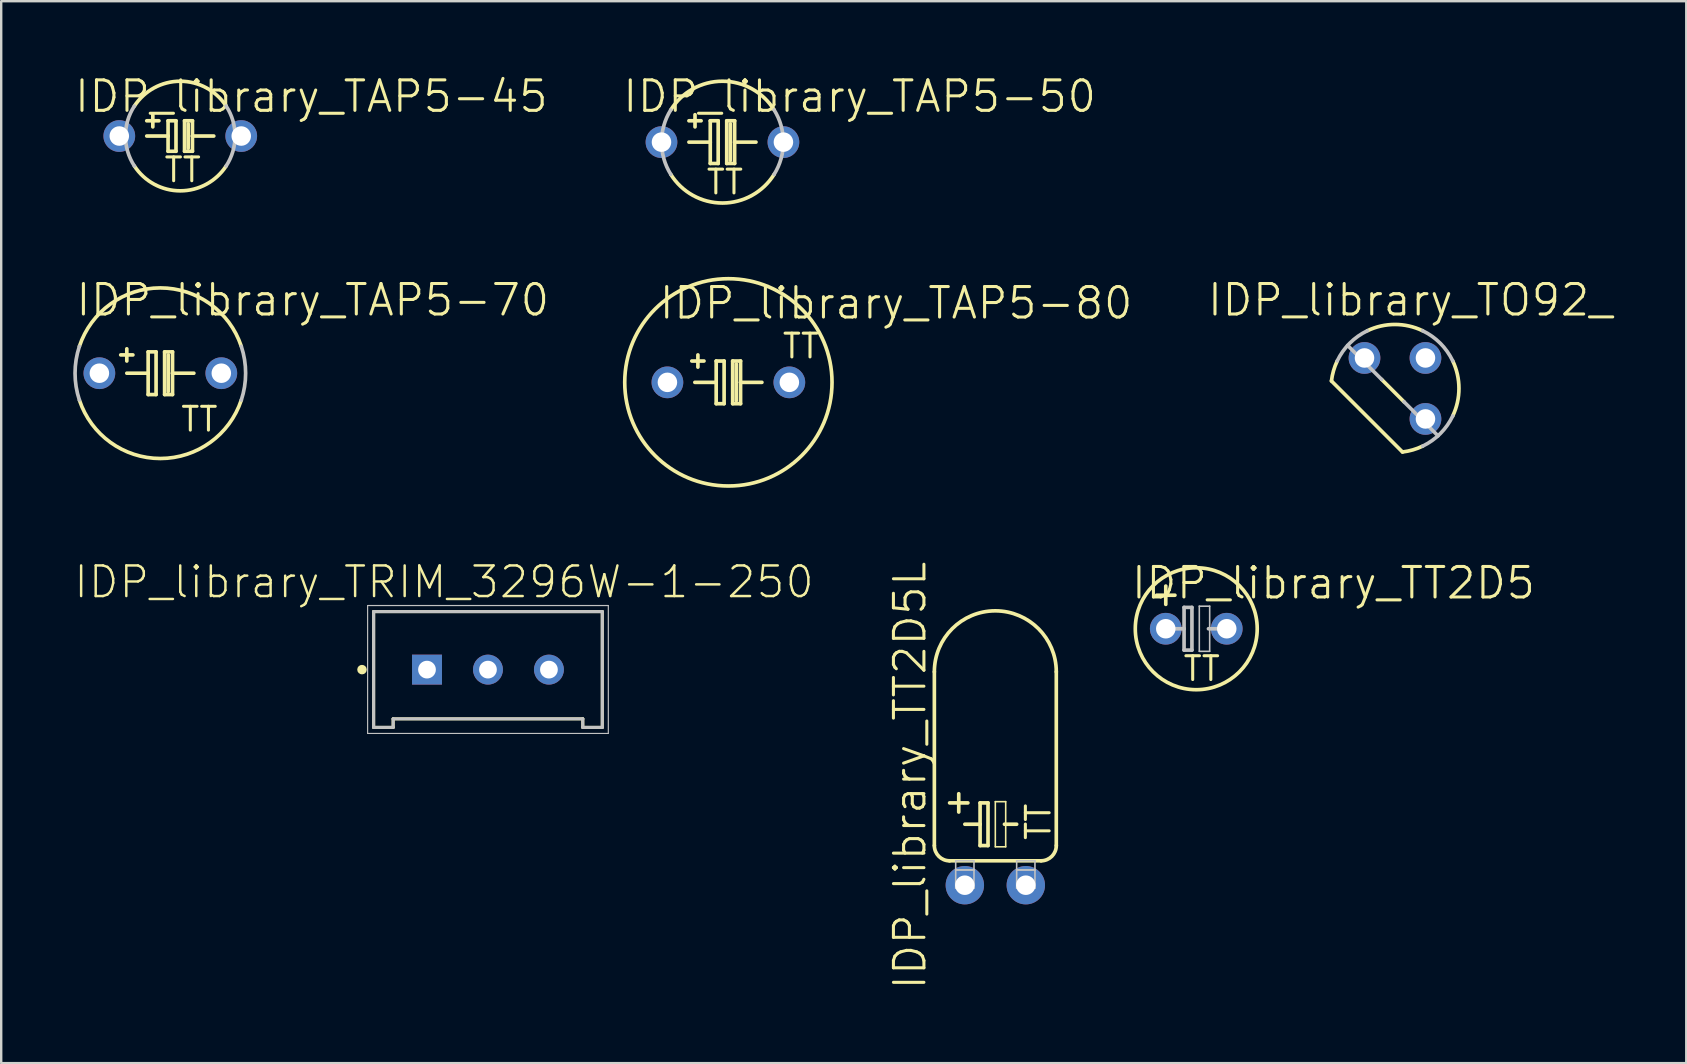
<source format=kicad_pcb>
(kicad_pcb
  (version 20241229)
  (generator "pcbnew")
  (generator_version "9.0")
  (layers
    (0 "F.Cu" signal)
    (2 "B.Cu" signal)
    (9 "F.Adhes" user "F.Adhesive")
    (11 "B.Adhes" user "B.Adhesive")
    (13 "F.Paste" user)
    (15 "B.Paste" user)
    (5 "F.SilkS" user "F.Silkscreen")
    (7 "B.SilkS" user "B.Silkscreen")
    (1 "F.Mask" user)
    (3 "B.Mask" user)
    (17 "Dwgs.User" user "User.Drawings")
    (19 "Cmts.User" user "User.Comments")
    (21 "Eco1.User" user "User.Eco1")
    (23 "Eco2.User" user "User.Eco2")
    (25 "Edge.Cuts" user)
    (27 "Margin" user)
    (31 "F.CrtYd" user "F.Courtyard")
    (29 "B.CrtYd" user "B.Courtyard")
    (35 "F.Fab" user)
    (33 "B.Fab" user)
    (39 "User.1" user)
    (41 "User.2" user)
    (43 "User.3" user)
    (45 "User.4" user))
  (footprint "IDP_library_TAP5-70"
    (layer "F.Cu")
    (at 3.63 12.498)
    (property "Reference" "IDP_library_TAP5-70" (at 6.35 -3.048 0) (layer "F.SilkS") (effects (font (size 1.27 1.27) (thickness 0.127))))
    (attr exclude_from_pos_files exclude_from_bom)
    (fp_line (start -1.397 -0.508) (end -1.397 -1.016) (stroke (width 0.152) (type solid)) (layer "F.SilkS"))
    (fp_line (start -1.397 0) (end -0.508 0) (stroke (width 0.152) (type solid)) (layer "F.SilkS"))
    (fp_line (start -1.143 -0.762) (end -1.651 -0.762) (stroke (width 0.152) (type solid)) (layer "F.SilkS"))
    (fp_line (start -0.508 -0.889) (end -0.508 0) (stroke (width 0.152) (type solid)) (layer "F.SilkS"))
    (fp_line (start -0.508 0) (end -0.508 0.889) (stroke (width 0.152) (type solid)) (layer "F.SilkS"))
    (fp_line (start -0.508 0.889) (end -0.178 0.889) (stroke (width 0.152) (type solid)) (layer "F.SilkS"))
    (fp_line (start -0.178 -0.889) (end -0.508 -0.889) (stroke (width 0.152) (type solid)) (layer "F.SilkS"))
    (fp_line (start -0.178 0.889) (end -0.178 -0.889) (stroke (width 0.152) (type solid)) (layer "F.SilkS"))
    (fp_line (start 0.178 -0.889) (end 0.178 0.889) (stroke (width 0.152) (type solid)) (layer "F.SilkS"))
    (fp_line (start 0.178 0.889) (end 0.508 0.889) (stroke (width 0.152) (type solid)) (layer "F.SilkS"))
    (fp_line (start 0.33 0.762) (end 0.33 -0.762) (stroke (width 0.152) (type solid)) (layer "F.SilkS"))
    (fp_line (start 0.508 -0.889) (end 0.178 -0.889) (stroke (width 0.152) (type solid)) (layer "F.SilkS"))
    (fp_line (start 0.508 0) (end 0.508 -0.889) (stroke (width 0.152) (type solid)) (layer "F.SilkS"))
    (fp_line (start 0.508 0) (end 1.397 0) (stroke (width 0.152) (type solid)) (layer "F.SilkS"))
    (fp_line (start 0.508 0.889) (end 0.508 0) (stroke (width 0.152) (type solid)) (layer "F.SilkS"))
    (fp_arc (start -3.37312 -1.1176) (mid -0.004258 -3.553442) (end 3.370432 -1.125681) (stroke (width 0.1524) (type solid)) (layer "F.SilkS"))
    (fp_arc (start 3.37312 1.1176) (mid 0.004258 3.553442) (end -3.370432 1.125681) (stroke (width 0.1524) (type solid)) (layer "F.SilkS"))
    (fp_arc (start -3.37312 1.1176) (mid -3.553444 -0.001157) (end -3.372391 -1.119797) (stroke (width 0.1524) (type solid)) (layer "Dwgs.User"))
    (fp_arc (start 3.37312 -1.1176) (mid 3.553444 0.001157) (end 3.372391 1.119797) (stroke (width 0.1524) (type solid)) (layer "Dwgs.User"))
    (fp_text user "TT" (at 1.626 1.918 0) (layer "F.SilkS") (effects (font (size 0.991 0.991) (thickness 0.127))))
    (pad "+" thru_hole circle (at -2.54 0) (size 1.321 1.321) (drill 0.813) (layers "*.Cu" "*.Paste" "*.Mask"))
    (pad "-" thru_hole circle (at 2.54 0) (size 1.321 1.321) (drill 0.813) (layers "*.Cu" "*.Paste" "*.Mask")))
  (footprint "IDP_library_TRIM_3296W-1-250"
    (layer "F.Cu")
    (at 17.279 24.847)
    (property "Reference" "IDP_library_TRIM_3296W-1-250" (at -1.831 -3.65 0) (layer "F.SilkS") (effects (font (size 1.275 1.275) (thickness 0.102))))
    (attr exclude_from_pos_files exclude_from_bom)
    (fp_line (start -4.763 -2.418) (end 4.763 -2.418) (stroke (width 0.127) (type solid)) (layer "F.SilkS"))
    (fp_line (start -4.763 2.408) (end -4.763 -2.418) (stroke (width 0.127) (type solid)) (layer "F.SilkS"))
    (fp_line (start -3.95 2.05) (end -3.95 2.408) (stroke (width 0.127) (type solid)) (layer "F.SilkS"))
    (fp_line (start -3.95 2.408) (end -4.763 2.408) (stroke (width 0.127) (type solid)) (layer "F.SilkS"))
    (fp_line (start 3.95 2.05) (end -3.95 2.05) (stroke (width 0.127) (type solid)) (layer "F.SilkS"))
    (fp_line (start 3.95 2.408) (end 3.95 2.05) (stroke (width 0.127) (type solid)) (layer "F.SilkS"))
    (fp_line (start 4.763 -2.418) (end 4.763 2.408) (stroke (width 0.127) (type solid)) (layer "F.SilkS"))
    (fp_line (start 4.763 2.408) (end 3.95 2.408) (stroke (width 0.127) (type solid)) (layer "F.SilkS"))
    (fp_circle (center -5.248 0) (end -5.248 -0.099) (stroke (width 0.198) (type solid)) (fill no) (layer "F.SilkS"))
    (fp_line (start -5.014 -2.67) (end 5.014 -2.67) (stroke (width 0.048) (type solid)) (layer "Dwgs.User"))
    (fp_line (start -5.014 2.659) (end -5.014 -2.67) (stroke (width 0.048) (type solid)) (layer "Dwgs.User"))
    (fp_line (start -4.763 -2.418) (end 4.763 -2.418) (stroke (width 0.127) (type solid)) (layer "Dwgs.User"))
    (fp_line (start -4.763 2.408) (end -4.763 -2.418) (stroke (width 0.127) (type solid)) (layer "Dwgs.User"))
    (fp_line (start -3.95 2.05) (end -3.95 2.408) (stroke (width 0.127) (type solid)) (layer "Dwgs.User"))
    (fp_line (start -3.95 2.408) (end -4.763 2.408) (stroke (width 0.127) (type solid)) (layer "Dwgs.User"))
    (fp_line (start 3.95 2.05) (end -3.95 2.05) (stroke (width 0.127) (type solid)) (layer "Dwgs.User"))
    (fp_line (start 3.95 2.408) (end 3.95 2.05) (stroke (width 0.127) (type solid)) (layer "Dwgs.User"))
    (fp_line (start 4.763 -2.418) (end 4.763 2.408) (stroke (width 0.127) (type solid)) (layer "Dwgs.User"))
    (fp_line (start 4.763 2.408) (end 3.95 2.408) (stroke (width 0.127) (type solid)) (layer "Dwgs.User"))
    (fp_line (start 5.014 -2.67) (end 5.014 2.659) (stroke (width 0.048) (type solid)) (layer "Dwgs.User"))
    (fp_line (start 5.014 2.659) (end -5.014 2.659) (stroke (width 0.048) (type solid)) (layer "Dwgs.User"))
    (pad "1" thru_hole rect (at -2.54 0) (size 1.247 1.247) (drill 0.739) (layers "*.Cu" "*.Paste" "*.Mask"))
    (pad "2" thru_hole circle (at 0 0) (size 1.247 1.247) (drill 0.739) (layers "*.Cu" "*.Paste" "*.Mask"))
    (pad "3" thru_hole circle (at 2.54 0) (size 1.247 1.247) (drill 0.739) (layers "*.Cu" "*.Paste" "*.Mask")))
  (footprint "IDP_library_TT2D5L"
    (layer "F.Cu")
    (at 37.146 33.828)
    (property "Reference" "IDP_library_TT2D5L" (at -2.286 -4.572 90) (layer "F.SilkS") (effects (font (size 1.27 1.27) (thickness 0.127))))
    (attr exclude_from_pos_files exclude_from_bom)
    (fp_line (start -1.27 -8.89) (end -1.27 -1.651) (stroke (width 0.152) (type solid)) (layer "F.SilkS"))
    (fp_line (start -0.635 -3.429) (end 0.127 -3.429) (stroke (width 0.152) (type solid)) (layer "F.SilkS"))
    (fp_line (start -0.635 -1.016) (end 3.175 -1.016) (stroke (width 0.152) (type solid)) (layer "F.SilkS"))
    (fp_line (start -0.254 -3.81) (end -0.254 -3.048) (stroke (width 0.152) (type solid)) (layer "F.SilkS"))
    (fp_line (start 0 -2.54) (end 0.635 -2.54) (stroke (width 0.152) (type solid)) (layer "F.SilkS"))
    (fp_line (start 0.635 -3.429) (end 0.635 -2.54) (stroke (width 0.152) (type solid)) (layer "F.SilkS"))
    (fp_line (start 0.635 -2.54) (end 0.635 -1.651) (stroke (width 0.152) (type solid)) (layer "F.SilkS"))
    (fp_line (start 0.635 -1.651) (end 0.965 -1.651) (stroke (width 0.152) (type solid)) (layer "F.SilkS"))
    (fp_line (start 0.965 -3.429) (end 0.635 -3.429) (stroke (width 0.152) (type solid)) (layer "F.SilkS"))
    (fp_line (start 0.965 -1.651) (end 0.965 -3.429) (stroke (width 0.152) (type solid)) (layer "F.SilkS"))
    (fp_line (start 1.27 -3.48) (end 1.702 -3.48) (stroke (width 0.066) (type solid)) (layer "F.SilkS"))
    (fp_line (start 1.27 -1.6) (end 1.27 -3.48) (stroke (width 0.066) (type solid)) (layer "F.SilkS"))
    (fp_line (start 1.27 -1.6) (end 1.702 -1.6) (stroke (width 0.066) (type solid)) (layer "F.SilkS"))
    (fp_line (start 1.651 -2.54) (end 2.159 -2.54) (stroke (width 0.152) (type solid)) (layer "F.SilkS"))
    (fp_line (start 1.702 -1.6) (end 1.702 -3.48) (stroke (width 0.066) (type solid)) (layer "F.SilkS"))
    (fp_line (start 3.81 -8.89) (end 3.81 -1.651) (stroke (width 0.152) (type solid)) (layer "F.SilkS"))
    (fp_arc (start -1.27 -8.89) (mid 1.27 -11.43) (end 3.81 -8.89) (stroke (width 0.1524) (type solid)) (layer "F.SilkS"))
    (fp_arc (start -0.635 -1.016) (mid -1.084013 -1.201987) (end -1.27 -1.651) (stroke (width 0.1524) (type solid)) (layer "F.SilkS"))
    (fp_arc (start 3.81 -1.651) (mid 3.624013 -1.201987) (end 3.175 -1.016) (stroke (width 0.1524) (type solid)) (layer "F.SilkS"))
    (fp_line (start -0.381 -1.016) (end 0.381 -1.016) (stroke (width 0.066) (type solid)) (layer "Dwgs.User"))
    (fp_line (start -0.381 -0.635) (end -0.381 -1.016) (stroke (width 0.066) (type solid)) (layer "Dwgs.User"))
    (fp_line (start -0.381 -0.635) (end 0.381 -0.635) (stroke (width 0.066) (type solid)) (layer "Dwgs.User"))
    (fp_line (start -0.381 -0.635) (end 0.381 -0.635) (stroke (width 0.066) (type solid)) (layer "Dwgs.User"))
    (fp_line (start -0.381 0.127) (end -0.381 -0.635) (stroke (width 0.066) (type solid)) (layer "Dwgs.User"))
    (fp_line (start -0.381 0.127) (end 0.381 0.127) (stroke (width 0.066) (type solid)) (layer "Dwgs.User"))
    (fp_line (start 0.381 -0.635) (end 0.381 -1.016) (stroke (width 0.066) (type solid)) (layer "Dwgs.User"))
    (fp_line (start 0.381 0.127) (end 0.381 -0.635) (stroke (width 0.066) (type solid)) (layer "Dwgs.User"))
    (fp_line (start 2.159 -1.016) (end 2.921 -1.016) (stroke (width 0.066) (type solid)) (layer "Dwgs.User"))
    (fp_line (start 2.159 -0.635) (end 2.159 -1.016) (stroke (width 0.066) (type solid)) (layer "Dwgs.User"))
    (fp_line (start 2.159 -0.635) (end 2.921 -0.635) (stroke (width 0.066) (type solid)) (layer "Dwgs.User"))
    (fp_line (start 2.159 -0.635) (end 2.921 -0.635) (stroke (width 0.066) (type solid)) (layer "Dwgs.User"))
    (fp_line (start 2.159 0.127) (end 2.159 -0.635) (stroke (width 0.066) (type solid)) (layer "Dwgs.User"))
    (fp_line (start 2.159 0.127) (end 2.921 0.127) (stroke (width 0.066) (type solid)) (layer "Dwgs.User"))
    (fp_line (start 2.921 -0.635) (end 2.921 -1.016) (stroke (width 0.066) (type solid)) (layer "Dwgs.User"))
    (fp_line (start 2.921 0.127) (end 2.921 -0.635) (stroke (width 0.066) (type solid)) (layer "Dwgs.User"))
    (fp_text user "TT" (at 3.061 -2.642 90) (layer "F.SilkS") (effects (font (size 0.991 0.991) (thickness 0.127))))
    (pad "+" thru_hole circle (at 0 0) (size 1.6 1.6) (drill 0.813) (layers "*.Cu" "*.Paste" "*.Mask"))
    (pad "-" thru_hole circle (at 2.54 0) (size 1.6 1.6) (drill 0.813) (layers "*.Cu" "*.Paste" "*.Mask")))
  (footprint "IDP_library_TAP5-45"
    (layer "F.Cu")
    (at 4.46 2.617)
    (property "Reference" "IDP_library_TAP5-45" (at 5.461 -1.651 0) (layer "F.SilkS") (effects (font (size 1.27 1.27) (thickness 0.127))))
    (attr exclude_from_pos_files exclude_from_bom)
    (fp_line (start -1.397 0) (end -0.508 0) (stroke (width 0.152) (type solid)) (layer "F.SilkS"))
    (fp_line (start -1.143 -0.381) (end -1.143 -0.889) (stroke (width 0.152) (type solid)) (layer "F.SilkS"))
    (fp_line (start -0.889 -0.635) (end -1.397 -0.635) (stroke (width 0.152) (type solid)) (layer "F.SilkS"))
    (fp_line (start -0.508 -0.635) (end -0.508 0) (stroke (width 0.152) (type solid)) (layer "F.SilkS"))
    (fp_line (start -0.508 0) (end -0.508 0.635) (stroke (width 0.152) (type solid)) (layer "F.SilkS"))
    (fp_line (start -0.508 0.635) (end -0.178 0.635) (stroke (width 0.152) (type solid)) (layer "F.SilkS"))
    (fp_line (start -0.178 -0.635) (end -0.508 -0.635) (stroke (width 0.152) (type solid)) (layer "F.SilkS"))
    (fp_line (start -0.178 0.635) (end -0.178 -0.635) (stroke (width 0.152) (type solid)) (layer "F.SilkS"))
    (fp_line (start 0.178 -0.635) (end 0.178 0.635) (stroke (width 0.152) (type solid)) (layer "F.SilkS"))
    (fp_line (start 0.178 0.635) (end 0.508 0.635) (stroke (width 0.152) (type solid)) (layer "F.SilkS"))
    (fp_line (start 0.33 0.508) (end 0.33 -0.508) (stroke (width 0.152) (type solid)) (layer "F.SilkS"))
    (fp_line (start 0.508 -0.635) (end 0.178 -0.635) (stroke (width 0.152) (type solid)) (layer "F.SilkS"))
    (fp_line (start 0.508 0) (end 0.508 -0.635) (stroke (width 0.152) (type solid)) (layer "F.SilkS"))
    (fp_line (start 0.508 0) (end 1.397 0) (stroke (width 0.152) (type solid)) (layer "F.SilkS"))
    (fp_line (start 0.508 0.635) (end 0.508 0) (stroke (width 0.152) (type solid)) (layer "F.SilkS"))
    (fp_arc (start -1.91262 -1.24714) (mid -0.001725 -2.283303) (end 1.910733 -1.250029) (stroke (width 0.1524) (type solid)) (layer "F.SilkS"))
    (fp_arc (start 1.91262 1.24714) (mid 0.001725 2.283303) (end -1.910733 1.250029) (stroke (width 0.1524) (type solid)) (layer "F.SilkS"))
    (fp_arc (start -1.91262 1.24714) (mid -2.283303 0.000267) (end -1.912912 -1.246693) (stroke (width 0.1524) (type solid)) (layer "Dwgs.User"))
    (fp_arc (start 1.91262 -1.24714) (mid 2.283303 -0.000267) (end 1.912912 1.246693) (stroke (width 0.1524) (type solid)) (layer "Dwgs.User"))
    (fp_text user "TT" (at 0.102 1.41 0) (layer "F.SilkS") (effects (font (size 0.991 0.991) (thickness 0.127))))
    (pad "+" thru_hole circle (at -2.54 0) (size 1.321 1.321) (drill 0.813) (layers "*.Cu" "*.Paste" "*.Mask"))
    (pad "-" thru_hole circle (at 2.54 0) (size 1.321 1.321) (drill 0.813) (layers "*.Cu" "*.Paste" "*.Mask")))
  (footprint "IDP_library_TO92_"
    (layer "F.Cu")
    (at 55.066 13.133)
    (property "Reference" "IDP_library_TO92_" (at 0.635 -3.683 0) (layer "F.SilkS") (effects (font (size 1.27 1.27) (thickness 0.127))))
    (attr exclude_from_pos_files exclude_from_bom)
    (fp_line (start -2.647 -0.312) (end 0.312 2.647) (stroke (width 0.152) (type solid)) (layer "F.SilkS"))
    (fp_line (start -0.556 -0.376) (end 0.376 0.556) (stroke (width 0.152) (type solid)) (layer "F.SilkS"))
    (fp_arc (start -2.64668 -0.31242) (mid -2.56076 -0.738262) (end -2.406797 -1.144487) (stroke (width 0.1524) (type solid)) (layer "F.SilkS"))
    (fp_arc (start -1.14808 -2.40538) (mid -0.000697 -2.665322) (end 1.146821 -2.40598) (stroke (width 0.1524) (type solid)) (layer "F.SilkS"))
    (fp_arc (start 1.14808 2.40538) (mid 0.742037 2.559946) (end 0.316277 2.64649) (stroke (width 0.1524) (type solid)) (layer "F.SilkS"))
    (fp_arc (start 2.40538 -1.14808) (mid 2.665322 -0.000697) (end 2.40598 1.146821) (stroke (width 0.1524) (type solid)) (layer "F.SilkS"))
    (fp_line (start -1.974 -1.793) (end -0.556 -0.376) (stroke (width 0.152) (type solid)) (layer "Dwgs.User"))
    (fp_line (start 0.376 0.556) (end 1.793 1.974) (stroke (width 0.152) (type solid)) (layer "Dwgs.User"))
    (fp_arc (start -2.40538 -1.14808) (mid -1.885819 -1.883515) (end -1.151019 -2.403975) (stroke (width 0.1524) (type solid)) (layer "Dwgs.User"))
    (fp_arc (start 1.14808 -2.40538) (mid 1.883515 -1.885819) (end 2.403975 -1.151019) (stroke (width 0.1524) (type solid)) (layer "Dwgs.User"))
    (fp_arc (start 2.40538 1.14808) (mid 1.885819 1.883515) (end 1.151019 2.403975) (stroke (width 0.1524) (type solid)) (layer "Dwgs.User"))
    (pad "1" thru_hole circle (at 1.27 1.27) (size 1.321 1.321) (drill 0.813) (layers "*.Cu" "*.Paste" "*.Mask"))
    (pad "2" thru_hole circle (at 1.27 -1.27) (size 1.321 1.321) (drill 0.813) (layers "*.Cu" "*.Paste" "*.Mask"))
    (pad "3" thru_hole circle (at -1.27 -1.27) (size 1.321 1.321) (drill 0.813) (layers "*.Cu" "*.Paste" "*.Mask")))
  (footprint "IDP_library_TT2D5"
    (layer "F.Cu")
    (at 45.517 23.144)
    (property "Reference" "IDP_library_TT2D5" (at 6.985 -1.905 0) (layer "F.SilkS") (effects (font (size 1.27 1.27) (thickness 0.127))))
    (attr exclude_from_pos_files exclude_from_bom)
    (fp_line (start 0 -1.016) (end 0 -1.778) (stroke (width 0.152) (type solid)) (layer "F.SilkS"))
    (fp_line (start 0.381 -1.397) (end -0.381 -1.397) (stroke (width 0.152) (type solid)) (layer "F.SilkS"))
    (fp_circle (center 1.27 0) (end 1.27 -2.54) (stroke (width 0.152) (type solid)) (fill no) (layer "F.SilkS"))
    (fp_line (start 0.254 0) (end 0.762 0) (stroke (width 0.152) (type solid)) (layer "Dwgs.User"))
    (fp_line (start 0.762 -0.889) (end 0.762 0) (stroke (width 0.152) (type solid)) (layer "Dwgs.User"))
    (fp_line (start 0.762 0) (end 0.762 0.889) (stroke (width 0.152) (type solid)) (layer "Dwgs.User"))
    (fp_line (start 0.762 0.889) (end 1.09 0.889) (stroke (width 0.152) (type solid)) (layer "Dwgs.User"))
    (fp_line (start 1.09 -0.889) (end 0.762 -0.889) (stroke (width 0.152) (type solid)) (layer "Dwgs.User"))
    (fp_line (start 1.09 0.889) (end 1.09 -0.889) (stroke (width 0.152) (type solid)) (layer "Dwgs.User"))
    (fp_line (start 1.397 -0.94) (end 1.829 -0.94) (stroke (width 0.066) (type solid)) (layer "Dwgs.User"))
    (fp_line (start 1.397 0.94) (end 1.397 -0.94) (stroke (width 0.066) (type solid)) (layer "Dwgs.User"))
    (fp_line (start 1.397 0.94) (end 1.829 0.94) (stroke (width 0.066) (type solid)) (layer "Dwgs.User"))
    (fp_line (start 1.778 0) (end 2.286 0) (stroke (width 0.152) (type solid)) (layer "Dwgs.User"))
    (fp_line (start 1.829 0.94) (end 1.829 -0.94) (stroke (width 0.066) (type solid)) (layer "Dwgs.User"))
    (fp_text user "TT" (at 1.499 1.664 0) (layer "F.SilkS") (effects (font (size 0.991 0.991) (thickness 0.127))))
    (pad "+" thru_hole circle (at 0 0) (size 1.321 1.321) (drill 0.813) (layers "*.Cu" "*.Paste" "*.Mask"))
    (pad "-" thru_hole circle (at 2.54 0) (size 1.321 1.321) (drill 0.813) (layers "*.Cu" "*.Paste" "*.Mask")))
  (footprint "IDP_library_TAP5-50"
    (layer "F.Cu")
    (at 27.048 2.871)
    (property "Reference" "IDP_library_TAP5-50" (at 5.715 -1.905 0) (layer "F.SilkS") (effects (font (size 1.27 1.27) (thickness 0.127))))
    (attr exclude_from_pos_files exclude_from_bom)
    (fp_line (start -1.397 0) (end -0.508 0) (stroke (width 0.152) (type solid)) (layer "F.SilkS"))
    (fp_line (start -1.143 -0.635) (end -1.143 -1.143) (stroke (width 0.152) (type solid)) (layer "F.SilkS"))
    (fp_line (start -0.889 -0.889) (end -1.397 -0.889) (stroke (width 0.152) (type solid)) (layer "F.SilkS"))
    (fp_line (start -0.508 -0.889) (end -0.508 0) (stroke (width 0.152) (type solid)) (layer "F.SilkS"))
    (fp_line (start -0.508 0) (end -0.508 0.889) (stroke (width 0.152) (type solid)) (layer "F.SilkS"))
    (fp_line (start -0.508 0.889) (end -0.178 0.889) (stroke (width 0.152) (type solid)) (layer "F.SilkS"))
    (fp_line (start -0.178 -0.889) (end -0.508 -0.889) (stroke (width 0.152) (type solid)) (layer "F.SilkS"))
    (fp_line (start -0.178 0.889) (end -0.178 -0.889) (stroke (width 0.152) (type solid)) (layer "F.SilkS"))
    (fp_line (start 0.178 -0.889) (end 0.178 0.889) (stroke (width 0.152) (type solid)) (layer "F.SilkS"))
    (fp_line (start 0.178 0.889) (end 0.508 0.889) (stroke (width 0.152) (type solid)) (layer "F.SilkS"))
    (fp_line (start 0.33 0.762) (end 0.33 -0.762) (stroke (width 0.152) (type solid)) (layer "F.SilkS"))
    (fp_line (start 0.508 -0.889) (end 0.178 -0.889) (stroke (width 0.152) (type solid)) (layer "F.SilkS"))
    (fp_line (start 0.508 0) (end 0.508 -0.889) (stroke (width 0.152) (type solid)) (layer "F.SilkS"))
    (fp_line (start 0.508 0) (end 1.397 0) (stroke (width 0.152) (type solid)) (layer "F.SilkS"))
    (fp_line (start 0.508 0.889) (end 0.508 0) (stroke (width 0.152) (type solid)) (layer "F.SilkS"))
    (fp_arc (start -2.15392 -1.34112) (mid -0.001855 -2.537316) (end 2.151957 -1.344268) (stroke (width 0.1524) (type solid)) (layer "F.SilkS"))
    (fp_arc (start 2.15392 1.34112) (mid 0.001855 2.537316) (end -2.151957 1.344268) (stroke (width 0.1524) (type solid)) (layer "F.SilkS"))
    (fp_arc (start -2.15392 1.34112) (mid -2.537316 0.000359) (end -2.154299 -1.34051) (stroke (width 0.1524) (type solid)) (layer "Dwgs.User"))
    (fp_arc (start 2.15392 -1.34112) (mid 2.537316 -0.000359) (end 2.154299 1.34051) (stroke (width 0.1524) (type solid)) (layer "Dwgs.User"))
    (fp_text user "TT" (at 0.102 1.664 0) (layer "F.SilkS") (effects (font (size 0.991 0.991) (thickness 0.127))))
    (pad "+" thru_hole circle (at -2.54 0) (size 1.321 1.321) (drill 0.813) (layers "*.Cu" "*.Paste" "*.Mask"))
    (pad "-" thru_hole circle (at 2.54 0) (size 1.321 1.321) (drill 0.813) (layers "*.Cu" "*.Paste" "*.Mask")))
  (footprint "IDP_library_TAP5-80"
    (layer "F.Cu")
    (at 27.295 12.879)
    (property "Reference" "IDP_library_TAP5-80" (at 6.985 -3.302 0) (layer "F.SilkS") (effects (font (size 1.27 1.27) (thickness 0.127))))
    (attr exclude_from_pos_files exclude_from_bom)
    (fp_line (start -1.397 0) (end -0.508 0) (stroke (width 0.152) (type solid)) (layer "F.SilkS"))
    (fp_line (start -1.27 -0.635) (end -1.27 -1.143) (stroke (width 0.152) (type solid)) (layer "F.SilkS"))
    (fp_line (start -1.016 -0.889) (end -1.524 -0.889) (stroke (width 0.152) (type solid)) (layer "F.SilkS"))
    (fp_line (start -0.508 -0.889) (end -0.508 0) (stroke (width 0.152) (type solid)) (layer "F.SilkS"))
    (fp_line (start -0.508 0) (end -0.508 0.889) (stroke (width 0.152) (type solid)) (layer "F.SilkS"))
    (fp_line (start -0.508 0.889) (end -0.178 0.889) (stroke (width 0.152) (type solid)) (layer "F.SilkS"))
    (fp_line (start -0.178 -0.889) (end -0.508 -0.889) (stroke (width 0.152) (type solid)) (layer "F.SilkS"))
    (fp_line (start -0.178 0.889) (end -0.178 -0.889) (stroke (width 0.152) (type solid)) (layer "F.SilkS"))
    (fp_line (start 0.178 -0.889) (end 0.178 0.889) (stroke (width 0.152) (type solid)) (layer "F.SilkS"))
    (fp_line (start 0.178 0.889) (end 0.508 0.889) (stroke (width 0.152) (type solid)) (layer "F.SilkS"))
    (fp_line (start 0.33 0.762) (end 0.33 -0.762) (stroke (width 0.152) (type solid)) (layer "F.SilkS"))
    (fp_line (start 0.508 -0.889) (end 0.178 -0.889) (stroke (width 0.152) (type solid)) (layer "F.SilkS"))
    (fp_line (start 0.508 0) (end 0.508 -0.889) (stroke (width 0.152) (type solid)) (layer "F.SilkS"))
    (fp_line (start 0.508 0) (end 1.397 0) (stroke (width 0.152) (type solid)) (layer "F.SilkS"))
    (fp_line (start 0.508 0.889) (end 0.508 0) (stroke (width 0.152) (type solid)) (layer "F.SilkS"))
    (fp_circle (center 0 0) (end 0 -4.318) (stroke (width 0.152) (type solid)) (fill no) (layer "F.SilkS"))
    (fp_text user "TT" (at 3.023 -1.511 0) (layer "F.SilkS") (effects (font (size 0.991 0.991) (thickness 0.127))))
    (pad "+" thru_hole circle (at -2.54 0) (size 1.321 1.321) (drill 0.813) (layers "*.Cu" "*.Paste" "*.Mask"))
    (pad "-" thru_hole circle (at 2.54 0) (size 1.321 1.321) (drill 0.813) (layers "*.Cu" "*.Paste" "*.Mask")))
  (gr_rect
    (start -3 -3)
    (end 67.201 41.24)
    (stroke (width 0.1) (type default))
    (fill no)
    (layer "Edge.Cuts")))
</source>
